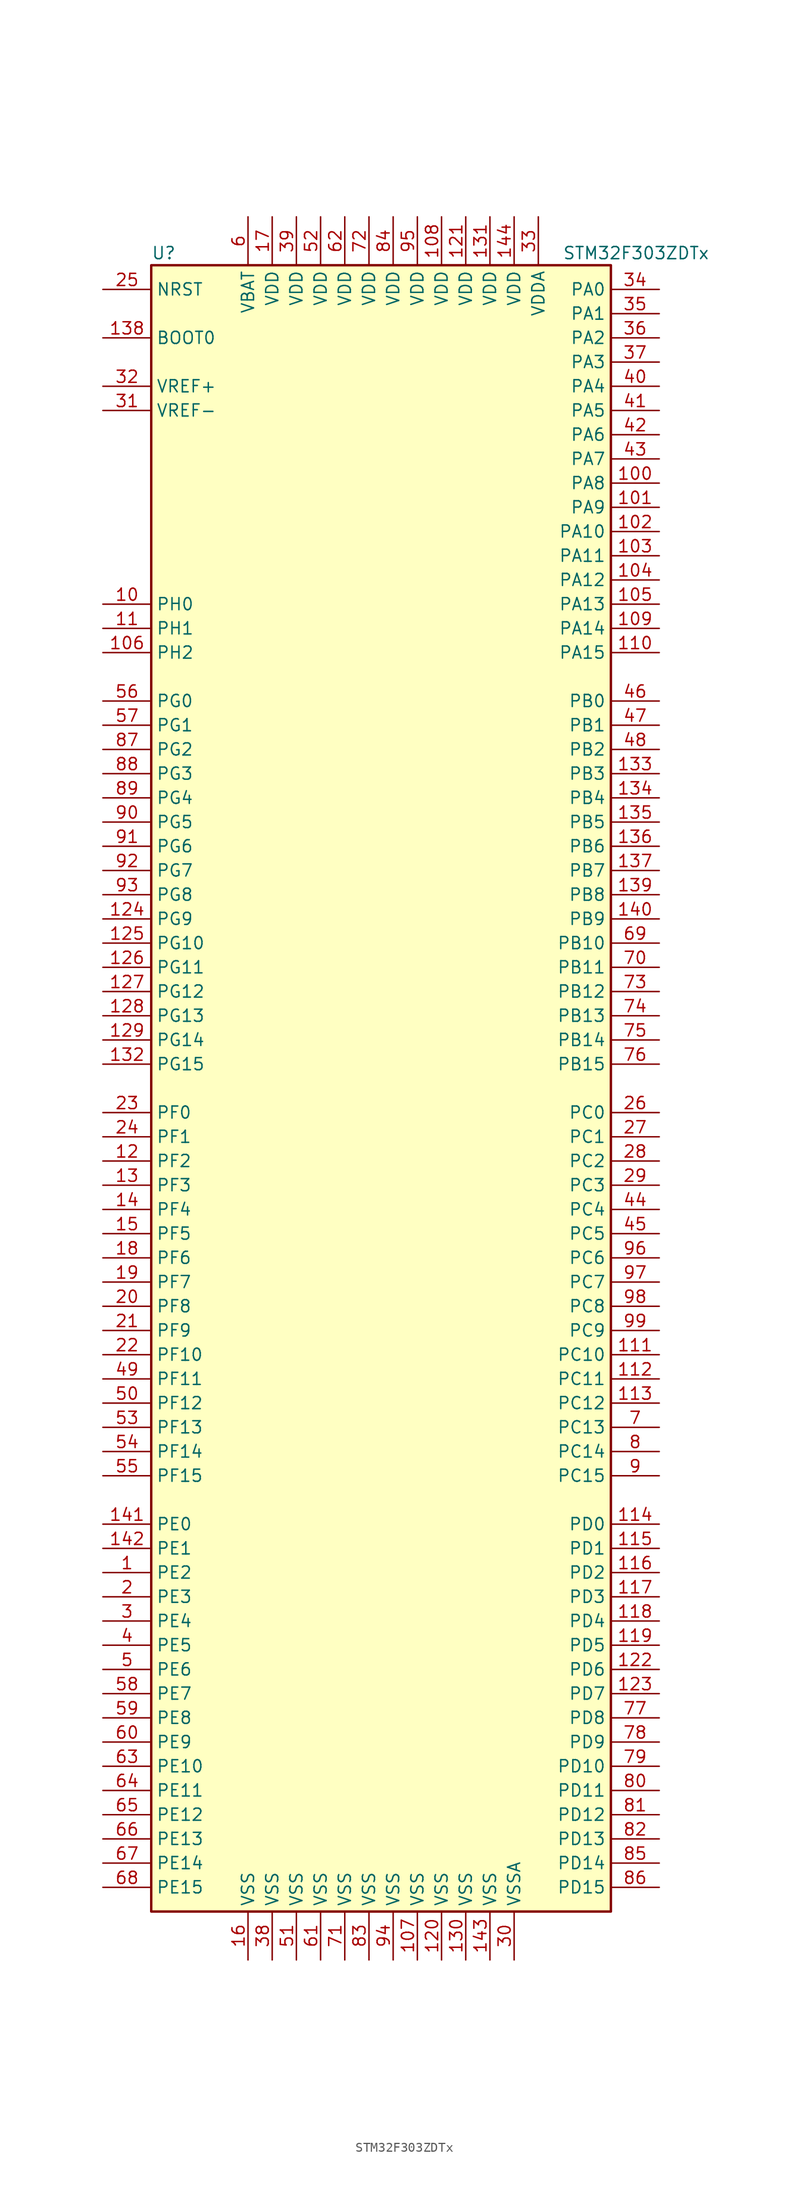
<source format=kicad_sym>
(kicad_symbol_lib
  (version 20201005)
  (generator kicad_symbol_editor)
  (symbol "MCU_ST_STM32F3:STM32F303ZDTx"
    (property "Reference" "U"
      (at -25.4 87.63 0)
      (effects (font (size 1.27 1.27)) (justify left)))
    (property "Value" "STM32F303ZDTx"
      (at 17.78 87.63 0)
      (effects (font (size 1.27 1.27)) (justify left)))
    (symbol "STM32F303ZDTx_0_1"
      (rectangle (start -25.4 -86.36) (end 22.86 86.36) (stroke (width 0.254)) (fill (type background))))
    (symbol "STM32F303ZDTx_1_1"
      (pin input line (at -30.48 78.74 0) (length 5.08) (name "BOOT0" (effects (font (size 1.27 1.27)))) (number "138" (effects (font (size 1.27 1.27)))))
      (pin input line (at -30.48 83.82 0) (length 5.08) (name "NRST" (effects (font (size 1.27 1.27)))) (number "25" (effects (font (size 1.27 1.27)))))
      (pin bidirectional line (at 27.94 83.82 180) (length 5.08) (name "PA0" (effects (font (size 1.27 1.27)))) (number "34" (effects (font (size 1.27 1.27)))))
      (pin bidirectional line (at 27.94 81.28 180) (length 5.08) (name "PA1" (effects (font (size 1.27 1.27)))) (number "35" (effects (font (size 1.27 1.27)))))
      (pin bidirectional line (at 27.94 58.42 180) (length 5.08) (name "PA10" (effects (font (size 1.27 1.27)))) (number "102" (effects (font (size 1.27 1.27)))))
      (pin bidirectional line (at 27.94 55.88 180) (length 5.08) (name "PA11" (effects (font (size 1.27 1.27)))) (number "103" (effects (font (size 1.27 1.27)))))
      (pin bidirectional line (at 27.94 53.34 180) (length 5.08) (name "PA12" (effects (font (size 1.27 1.27)))) (number "104" (effects (font (size 1.27 1.27)))))
      (pin bidirectional line (at 27.94 50.8 180) (length 5.08) (name "PA13" (effects (font (size 1.27 1.27)))) (number "105" (effects (font (size 1.27 1.27)))))
      (pin bidirectional line (at 27.94 48.26 180) (length 5.08) (name "PA14" (effects (font (size 1.27 1.27)))) (number "109" (effects (font (size 1.27 1.27)))))
      (pin bidirectional line (at 27.94 45.72 180) (length 5.08) (name "PA15" (effects (font (size 1.27 1.27)))) (number "110" (effects (font (size 1.27 1.27)))))
      (pin bidirectional line (at 27.94 78.74 180) (length 5.08) (name "PA2" (effects (font (size 1.27 1.27)))) (number "36" (effects (font (size 1.27 1.27)))))
      (pin bidirectional line (at 27.94 76.2 180) (length 5.08) (name "PA3" (effects (font (size 1.27 1.27)))) (number "37" (effects (font (size 1.27 1.27)))))
      (pin bidirectional line (at 27.94 73.66 180) (length 5.08) (name "PA4" (effects (font (size 1.27 1.27)))) (number "40" (effects (font (size 1.27 1.27)))))
      (pin bidirectional line (at 27.94 71.12 180) (length 5.08) (name "PA5" (effects (font (size 1.27 1.27)))) (number "41" (effects (font (size 1.27 1.27)))))
      (pin bidirectional line (at 27.94 68.58 180) (length 5.08) (name "PA6" (effects (font (size 1.27 1.27)))) (number "42" (effects (font (size 1.27 1.27)))))
      (pin bidirectional line (at 27.94 66.04 180) (length 5.08) (name "PA7" (effects (font (size 1.27 1.27)))) (number "43" (effects (font (size 1.27 1.27)))))
      (pin bidirectional line (at 27.94 63.5 180) (length 5.08) (name "PA8" (effects (font (size 1.27 1.27)))) (number "100" (effects (font (size 1.27 1.27)))))
      (pin bidirectional line (at 27.94 60.96 180) (length 5.08) (name "PA9" (effects (font (size 1.27 1.27)))) (number "101" (effects (font (size 1.27 1.27)))))
      (pin bidirectional line (at 27.94 40.64 180) (length 5.08) (name "PB0" (effects (font (size 1.27 1.27)))) (number "46" (effects (font (size 1.27 1.27)))))
      (pin bidirectional line (at 27.94 38.1 180) (length 5.08) (name "PB1" (effects (font (size 1.27 1.27)))) (number "47" (effects (font (size 1.27 1.27)))))
      (pin bidirectional line (at 27.94 15.24 180) (length 5.08) (name "PB10" (effects (font (size 1.27 1.27)))) (number "69" (effects (font (size 1.27 1.27)))))
      (pin bidirectional line (at 27.94 12.7 180) (length 5.08) (name "PB11" (effects (font (size 1.27 1.27)))) (number "70" (effects (font (size 1.27 1.27)))))
      (pin bidirectional line (at 27.94 10.16 180) (length 5.08) (name "PB12" (effects (font (size 1.27 1.27)))) (number "73" (effects (font (size 1.27 1.27)))))
      (pin bidirectional line (at 27.94 7.62 180) (length 5.08) (name "PB13" (effects (font (size 1.27 1.27)))) (number "74" (effects (font (size 1.27 1.27)))))
      (pin bidirectional line (at 27.94 5.08 180) (length 5.08) (name "PB14" (effects (font (size 1.27 1.27)))) (number "75" (effects (font (size 1.27 1.27)))))
      (pin bidirectional line (at 27.94 2.54 180) (length 5.08) (name "PB15" (effects (font (size 1.27 1.27)))) (number "76" (effects (font (size 1.27 1.27)))))
      (pin bidirectional line (at 27.94 35.56 180) (length 5.08) (name "PB2" (effects (font (size 1.27 1.27)))) (number "48" (effects (font (size 1.27 1.27)))))
      (pin bidirectional line (at 27.94 33.02 180) (length 5.08) (name "PB3" (effects (font (size 1.27 1.27)))) (number "133" (effects (font (size 1.27 1.27)))))
      (pin bidirectional line (at 27.94 30.48 180) (length 5.08) (name "PB4" (effects (font (size 1.27 1.27)))) (number "134" (effects (font (size 1.27 1.27)))))
      (pin bidirectional line (at 27.94 27.94 180) (length 5.08) (name "PB5" (effects (font (size 1.27 1.27)))) (number "135" (effects (font (size 1.27 1.27)))))
      (pin bidirectional line (at 27.94 25.4 180) (length 5.08) (name "PB6" (effects (font (size 1.27 1.27)))) (number "136" (effects (font (size 1.27 1.27)))))
      (pin bidirectional line (at 27.94 22.86 180) (length 5.08) (name "PB7" (effects (font (size 1.27 1.27)))) (number "137" (effects (font (size 1.27 1.27)))))
      (pin bidirectional line (at 27.94 20.32 180) (length 5.08) (name "PB8" (effects (font (size 1.27 1.27)))) (number "139" (effects (font (size 1.27 1.27)))))
      (pin bidirectional line (at 27.94 17.78 180) (length 5.08) (name "PB9" (effects (font (size 1.27 1.27)))) (number "140" (effects (font (size 1.27 1.27)))))
      (pin bidirectional line (at 27.94 -2.54 180) (length 5.08) (name "PC0" (effects (font (size 1.27 1.27)))) (number "26" (effects (font (size 1.27 1.27)))))
      (pin bidirectional line (at 27.94 -5.08 180) (length 5.08) (name "PC1" (effects (font (size 1.27 1.27)))) (number "27" (effects (font (size 1.27 1.27)))))
      (pin bidirectional line (at 27.94 -27.94 180) (length 5.08) (name "PC10" (effects (font (size 1.27 1.27)))) (number "111" (effects (font (size 1.27 1.27)))))
      (pin bidirectional line (at 27.94 -30.48 180) (length 5.08) (name "PC11" (effects (font (size 1.27 1.27)))) (number "112" (effects (font (size 1.27 1.27)))))
      (pin bidirectional line (at 27.94 -33.02 180) (length 5.08) (name "PC12" (effects (font (size 1.27 1.27)))) (number "113" (effects (font (size 1.27 1.27)))))
      (pin bidirectional line (at 27.94 -35.56 180) (length 5.08) (name "PC13" (effects (font (size 1.27 1.27)))) (number "7" (effects (font (size 1.27 1.27)))))
      (pin bidirectional line (at 27.94 -38.1 180) (length 5.08) (name "PC14" (effects (font (size 1.27 1.27)))) (number "8" (effects (font (size 1.27 1.27)))))
      (pin bidirectional line (at 27.94 -40.64 180) (length 5.08) (name "PC15" (effects (font (size 1.27 1.27)))) (number "9" (effects (font (size 1.27 1.27)))))
      (pin bidirectional line (at 27.94 -7.62 180) (length 5.08) (name "PC2" (effects (font (size 1.27 1.27)))) (number "28" (effects (font (size 1.27 1.27)))))
      (pin bidirectional line (at 27.94 -10.16 180) (length 5.08) (name "PC3" (effects (font (size 1.27 1.27)))) (number "29" (effects (font (size 1.27 1.27)))))
      (pin bidirectional line (at 27.94 -12.7 180) (length 5.08) (name "PC4" (effects (font (size 1.27 1.27)))) (number "44" (effects (font (size 1.27 1.27)))))
      (pin bidirectional line (at 27.94 -15.24 180) (length 5.08) (name "PC5" (effects (font (size 1.27 1.27)))) (number "45" (effects (font (size 1.27 1.27)))))
      (pin bidirectional line (at 27.94 -17.78 180) (length 5.08) (name "PC6" (effects (font (size 1.27 1.27)))) (number "96" (effects (font (size 1.27 1.27)))))
      (pin bidirectional line (at 27.94 -20.32 180) (length 5.08) (name "PC7" (effects (font (size 1.27 1.27)))) (number "97" (effects (font (size 1.27 1.27)))))
      (pin bidirectional line (at 27.94 -22.86 180) (length 5.08) (name "PC8" (effects (font (size 1.27 1.27)))) (number "98" (effects (font (size 1.27 1.27)))))
      (pin bidirectional line (at 27.94 -25.4 180) (length 5.08) (name "PC9" (effects (font (size 1.27 1.27)))) (number "99" (effects (font (size 1.27 1.27)))))
      (pin bidirectional line (at 27.94 -45.72 180) (length 5.08) (name "PD0" (effects (font (size 1.27 1.27)))) (number "114" (effects (font (size 1.27 1.27)))))
      (pin bidirectional line (at 27.94 -48.26 180) (length 5.08) (name "PD1" (effects (font (size 1.27 1.27)))) (number "115" (effects (font (size 1.27 1.27)))))
      (pin bidirectional line (at 27.94 -71.12 180) (length 5.08) (name "PD10" (effects (font (size 1.27 1.27)))) (number "79" (effects (font (size 1.27 1.27)))))
      (pin bidirectional line (at 27.94 -73.66 180) (length 5.08) (name "PD11" (effects (font (size 1.27 1.27)))) (number "80" (effects (font (size 1.27 1.27)))))
      (pin bidirectional line (at 27.94 -76.2 180) (length 5.08) (name "PD12" (effects (font (size 1.27 1.27)))) (number "81" (effects (font (size 1.27 1.27)))))
      (pin bidirectional line (at 27.94 -78.74 180) (length 5.08) (name "PD13" (effects (font (size 1.27 1.27)))) (number "82" (effects (font (size 1.27 1.27)))))
      (pin bidirectional line (at 27.94 -81.28 180) (length 5.08) (name "PD14" (effects (font (size 1.27 1.27)))) (number "85" (effects (font (size 1.27 1.27)))))
      (pin bidirectional line (at 27.94 -83.82 180) (length 5.08) (name "PD15" (effects (font (size 1.27 1.27)))) (number "86" (effects (font (size 1.27 1.27)))))
      (pin bidirectional line (at 27.94 -50.8 180) (length 5.08) (name "PD2" (effects (font (size 1.27 1.27)))) (number "116" (effects (font (size 1.27 1.27)))))
      (pin bidirectional line (at 27.94 -53.34 180) (length 5.08) (name "PD3" (effects (font (size 1.27 1.27)))) (number "117" (effects (font (size 1.27 1.27)))))
      (pin bidirectional line (at 27.94 -55.88 180) (length 5.08) (name "PD4" (effects (font (size 1.27 1.27)))) (number "118" (effects (font (size 1.27 1.27)))))
      (pin bidirectional line (at 27.94 -58.42 180) (length 5.08) (name "PD5" (effects (font (size 1.27 1.27)))) (number "119" (effects (font (size 1.27 1.27)))))
      (pin bidirectional line (at 27.94 -60.96 180) (length 5.08) (name "PD6" (effects (font (size 1.27 1.27)))) (number "122" (effects (font (size 1.27 1.27)))))
      (pin bidirectional line (at 27.94 -63.5 180) (length 5.08) (name "PD7" (effects (font (size 1.27 1.27)))) (number "123" (effects (font (size 1.27 1.27)))))
      (pin bidirectional line (at 27.94 -66.04 180) (length 5.08) (name "PD8" (effects (font (size 1.27 1.27)))) (number "77" (effects (font (size 1.27 1.27)))))
      (pin bidirectional line (at 27.94 -68.58 180) (length 5.08) (name "PD9" (effects (font (size 1.27 1.27)))) (number "78" (effects (font (size 1.27 1.27)))))
      (pin bidirectional line (at -30.48 -45.72 0) (length 5.08) (name "PE0" (effects (font (size 1.27 1.27)))) (number "141" (effects (font (size 1.27 1.27)))))
      (pin bidirectional line (at -30.48 -48.26 0) (length 5.08) (name "PE1" (effects (font (size 1.27 1.27)))) (number "142" (effects (font (size 1.27 1.27)))))
      (pin bidirectional line (at -30.48 -71.12 0) (length 5.08) (name "PE10" (effects (font (size 1.27 1.27)))) (number "63" (effects (font (size 1.27 1.27)))))
      (pin bidirectional line (at -30.48 -73.66 0) (length 5.08) (name "PE11" (effects (font (size 1.27 1.27)))) (number "64" (effects (font (size 1.27 1.27)))))
      (pin bidirectional line (at -30.48 -76.2 0) (length 5.08) (name "PE12" (effects (font (size 1.27 1.27)))) (number "65" (effects (font (size 1.27 1.27)))))
      (pin bidirectional line (at -30.48 -78.74 0) (length 5.08) (name "PE13" (effects (font (size 1.27 1.27)))) (number "66" (effects (font (size 1.27 1.27)))))
      (pin bidirectional line (at -30.48 -81.28 0) (length 5.08) (name "PE14" (effects (font (size 1.27 1.27)))) (number "67" (effects (font (size 1.27 1.27)))))
      (pin bidirectional line (at -30.48 -83.82 0) (length 5.08) (name "PE15" (effects (font (size 1.27 1.27)))) (number "68" (effects (font (size 1.27 1.27)))))
      (pin bidirectional line (at -30.48 -50.8 0) (length 5.08) (name "PE2" (effects (font (size 1.27 1.27)))) (number "1" (effects (font (size 1.27 1.27)))))
      (pin bidirectional line (at -30.48 -53.34 0) (length 5.08) (name "PE3" (effects (font (size 1.27 1.27)))) (number "2" (effects (font (size 1.27 1.27)))))
      (pin bidirectional line (at -30.48 -55.88 0) (length 5.08) (name "PE4" (effects (font (size 1.27 1.27)))) (number "3" (effects (font (size 1.27 1.27)))))
      (pin bidirectional line (at -30.48 -58.42 0) (length 5.08) (name "PE5" (effects (font (size 1.27 1.27)))) (number "4" (effects (font (size 1.27 1.27)))))
      (pin bidirectional line (at -30.48 -60.96 0) (length 5.08) (name "PE6" (effects (font (size 1.27 1.27)))) (number "5" (effects (font (size 1.27 1.27)))))
      (pin bidirectional line (at -30.48 -63.5 0) (length 5.08) (name "PE7" (effects (font (size 1.27 1.27)))) (number "58" (effects (font (size 1.27 1.27)))))
      (pin bidirectional line (at -30.48 -66.04 0) (length 5.08) (name "PE8" (effects (font (size 1.27 1.27)))) (number "59" (effects (font (size 1.27 1.27)))))
      (pin bidirectional line (at -30.48 -68.58 0) (length 5.08) (name "PE9" (effects (font (size 1.27 1.27)))) (number "60" (effects (font (size 1.27 1.27)))))
      (pin input line (at -30.48 -2.54 0) (length 5.08) (name "PF0" (effects (font (size 1.27 1.27)))) (number "23" (effects (font (size 1.27 1.27)))))
      (pin input line (at -30.48 -5.08 0) (length 5.08) (name "PF1" (effects (font (size 1.27 1.27)))) (number "24" (effects (font (size 1.27 1.27)))))
      (pin bidirectional line (at -30.48 -27.94 0) (length 5.08) (name "PF10" (effects (font (size 1.27 1.27)))) (number "22" (effects (font (size 1.27 1.27)))))
      (pin bidirectional line (at -30.48 -30.48 0) (length 5.08) (name "PF11" (effects (font (size 1.27 1.27)))) (number "49" (effects (font (size 1.27 1.27)))))
      (pin bidirectional line (at -30.48 -33.02 0) (length 5.08) (name "PF12" (effects (font (size 1.27 1.27)))) (number "50" (effects (font (size 1.27 1.27)))))
      (pin bidirectional line (at -30.48 -35.56 0) (length 5.08) (name "PF13" (effects (font (size 1.27 1.27)))) (number "53" (effects (font (size 1.27 1.27)))))
      (pin bidirectional line (at -30.48 -38.1 0) (length 5.08) (name "PF14" (effects (font (size 1.27 1.27)))) (number "54" (effects (font (size 1.27 1.27)))))
      (pin bidirectional line (at -30.48 -40.64 0) (length 5.08) (name "PF15" (effects (font (size 1.27 1.27)))) (number "55" (effects (font (size 1.27 1.27)))))
      (pin bidirectional line (at -30.48 -7.62 0) (length 5.08) (name "PF2" (effects (font (size 1.27 1.27)))) (number "12" (effects (font (size 1.27 1.27)))))
      (pin bidirectional line (at -30.48 -10.16 0) (length 5.08) (name "PF3" (effects (font (size 1.27 1.27)))) (number "13" (effects (font (size 1.27 1.27)))))
      (pin bidirectional line (at -30.48 -12.7 0) (length 5.08) (name "PF4" (effects (font (size 1.27 1.27)))) (number "14" (effects (font (size 1.27 1.27)))))
      (pin bidirectional line (at -30.48 -15.24 0) (length 5.08) (name "PF5" (effects (font (size 1.27 1.27)))) (number "15" (effects (font (size 1.27 1.27)))))
      (pin bidirectional line (at -30.48 -17.78 0) (length 5.08) (name "PF6" (effects (font (size 1.27 1.27)))) (number "18" (effects (font (size 1.27 1.27)))))
      (pin bidirectional line (at -30.48 -20.32 0) (length 5.08) (name "PF7" (effects (font (size 1.27 1.27)))) (number "19" (effects (font (size 1.27 1.27)))))
      (pin bidirectional line (at -30.48 -22.86 0) (length 5.08) (name "PF8" (effects (font (size 1.27 1.27)))) (number "20" (effects (font (size 1.27 1.27)))))
      (pin bidirectional line (at -30.48 -25.4 0) (length 5.08) (name "PF9" (effects (font (size 1.27 1.27)))) (number "21" (effects (font (size 1.27 1.27)))))
      (pin bidirectional line (at -30.48 40.64 0) (length 5.08) (name "PG0" (effects (font (size 1.27 1.27)))) (number "56" (effects (font (size 1.27 1.27)))))
      (pin bidirectional line (at -30.48 38.1 0) (length 5.08) (name "PG1" (effects (font (size 1.27 1.27)))) (number "57" (effects (font (size 1.27 1.27)))))
      (pin bidirectional line (at -30.48 15.24 0) (length 5.08) (name "PG10" (effects (font (size 1.27 1.27)))) (number "125" (effects (font (size 1.27 1.27)))))
      (pin bidirectional line (at -30.48 12.7 0) (length 5.08) (name "PG11" (effects (font (size 1.27 1.27)))) (number "126" (effects (font (size 1.27 1.27)))))
      (pin bidirectional line (at -30.48 10.16 0) (length 5.08) (name "PG12" (effects (font (size 1.27 1.27)))) (number "127" (effects (font (size 1.27 1.27)))))
      (pin bidirectional line (at -30.48 7.62 0) (length 5.08) (name "PG13" (effects (font (size 1.27 1.27)))) (number "128" (effects (font (size 1.27 1.27)))))
      (pin bidirectional line (at -30.48 5.08 0) (length 5.08) (name "PG14" (effects (font (size 1.27 1.27)))) (number "129" (effects (font (size 1.27 1.27)))))
      (pin bidirectional line (at -30.48 2.54 0) (length 5.08) (name "PG15" (effects (font (size 1.27 1.27)))) (number "132" (effects (font (size 1.27 1.27)))))
      (pin bidirectional line (at -30.48 35.56 0) (length 5.08) (name "PG2" (effects (font (size 1.27 1.27)))) (number "87" (effects (font (size 1.27 1.27)))))
      (pin bidirectional line (at -30.48 33.02 0) (length 5.08) (name "PG3" (effects (font (size 1.27 1.27)))) (number "88" (effects (font (size 1.27 1.27)))))
      (pin bidirectional line (at -30.48 30.48 0) (length 5.08) (name "PG4" (effects (font (size 1.27 1.27)))) (number "89" (effects (font (size 1.27 1.27)))))
      (pin bidirectional line (at -30.48 27.94 0) (length 5.08) (name "PG5" (effects (font (size 1.27 1.27)))) (number "90" (effects (font (size 1.27 1.27)))))
      (pin bidirectional line (at -30.48 25.4 0) (length 5.08) (name "PG6" (effects (font (size 1.27 1.27)))) (number "91" (effects (font (size 1.27 1.27)))))
      (pin bidirectional line (at -30.48 22.86 0) (length 5.08) (name "PG7" (effects (font (size 1.27 1.27)))) (number "92" (effects (font (size 1.27 1.27)))))
      (pin bidirectional line (at -30.48 20.32 0) (length 5.08) (name "PG8" (effects (font (size 1.27 1.27)))) (number "93" (effects (font (size 1.27 1.27)))))
      (pin bidirectional line (at -30.48 17.78 0) (length 5.08) (name "PG9" (effects (font (size 1.27 1.27)))) (number "124" (effects (font (size 1.27 1.27)))))
      (pin bidirectional line (at -30.48 50.8 0) (length 5.08) (name "PH0" (effects (font (size 1.27 1.27)))) (number "10" (effects (font (size 1.27 1.27)))))
      (pin bidirectional line (at -30.48 48.26 0) (length 5.08) (name "PH1" (effects (font (size 1.27 1.27)))) (number "11" (effects (font (size 1.27 1.27)))))
      (pin bidirectional line (at -30.48 45.72 0) (length 5.08) (name "PH2" (effects (font (size 1.27 1.27)))) (number "106" (effects (font (size 1.27 1.27)))))
      (pin power_in line (at -15.24 91.44 270) (length 5.08) (name "VBAT" (effects (font (size 1.27 1.27)))) (number "6" (effects (font (size 1.27 1.27)))))
      (pin power_in line (at 5.08 91.44 270) (length 5.08) (name "VDD" (effects (font (size 1.27 1.27)))) (number "108" (effects (font (size 1.27 1.27)))))
      (pin power_in line (at 7.62 91.44 270) (length 5.08) (name "VDD" (effects (font (size 1.27 1.27)))) (number "121" (effects (font (size 1.27 1.27)))))
      (pin power_in line (at 10.16 91.44 270) (length 5.08) (name "VDD" (effects (font (size 1.27 1.27)))) (number "131" (effects (font (size 1.27 1.27)))))
      (pin power_in line (at 12.7 91.44 270) (length 5.08) (name "VDD" (effects (font (size 1.27 1.27)))) (number "144" (effects (font (size 1.27 1.27)))))
      (pin power_in line (at -12.7 91.44 270) (length 5.08) (name "VDD" (effects (font (size 1.27 1.27)))) (number "17" (effects (font (size 1.27 1.27)))))
      (pin power_in line (at -10.16 91.44 270) (length 5.08) (name "VDD" (effects (font (size 1.27 1.27)))) (number "39" (effects (font (size 1.27 1.27)))))
      (pin power_in line (at -7.62 91.44 270) (length 5.08) (name "VDD" (effects (font (size 1.27 1.27)))) (number "52" (effects (font (size 1.27 1.27)))))
      (pin power_in line (at -5.08 91.44 270) (length 5.08) (name "VDD" (effects (font (size 1.27 1.27)))) (number "62" (effects (font (size 1.27 1.27)))))
      (pin power_in line (at -2.54 91.44 270) (length 5.08) (name "VDD" (effects (font (size 1.27 1.27)))) (number "72" (effects (font (size 1.27 1.27)))))
      (pin power_in line (at 0 91.44 270) (length 5.08) (name "VDD" (effects (font (size 1.27 1.27)))) (number "84" (effects (font (size 1.27 1.27)))))
      (pin power_in line (at 2.54 91.44 270) (length 5.08) (name "VDD" (effects (font (size 1.27 1.27)))) (number "95" (effects (font (size 1.27 1.27)))))
      (pin power_in line (at 15.24 91.44 270) (length 5.08) (name "VDDA" (effects (font (size 1.27 1.27)))) (number "33" (effects (font (size 1.27 1.27)))))
      (pin power_in line (at -30.48 73.66 0) (length 5.08) (name "VREF+" (effects (font (size 1.27 1.27)))) (number "32" (effects (font (size 1.27 1.27)))))
      (pin power_in line (at -30.48 71.12 0) (length 5.08) (name "VREF-" (effects (font (size 1.27 1.27)))) (number "31" (effects (font (size 1.27 1.27)))))
      (pin power_in line (at 2.54 -91.44 90) (length 5.08) (name "VSS" (effects (font (size 1.27 1.27)))) (number "107" (effects (font (size 1.27 1.27)))))
      (pin power_in line (at 5.08 -91.44 90) (length 5.08) (name "VSS" (effects (font (size 1.27 1.27)))) (number "120" (effects (font (size 1.27 1.27)))))
      (pin power_in line (at 7.62 -91.44 90) (length 5.08) (name "VSS" (effects (font (size 1.27 1.27)))) (number "130" (effects (font (size 1.27 1.27)))))
      (pin power_in line (at 10.16 -91.44 90) (length 5.08) (name "VSS" (effects (font (size 1.27 1.27)))) (number "143" (effects (font (size 1.27 1.27)))))
      (pin power_in line (at -15.24 -91.44 90) (length 5.08) (name "VSS" (effects (font (size 1.27 1.27)))) (number "16" (effects (font (size 1.27 1.27)))))
      (pin power_in line (at -12.7 -91.44 90) (length 5.08) (name "VSS" (effects (font (size 1.27 1.27)))) (number "38" (effects (font (size 1.27 1.27)))))
      (pin power_in line (at -10.16 -91.44 90) (length 5.08) (name "VSS" (effects (font (size 1.27 1.27)))) (number "51" (effects (font (size 1.27 1.27)))))
      (pin power_in line (at -7.62 -91.44 90) (length 5.08) (name "VSS" (effects (font (size 1.27 1.27)))) (number "61" (effects (font (size 1.27 1.27)))))
      (pin power_in line (at -5.08 -91.44 90) (length 5.08) (name "VSS" (effects (font (size 1.27 1.27)))) (number "71" (effects (font (size 1.27 1.27)))))
      (pin power_in line (at -2.54 -91.44 90) (length 5.08) (name "VSS" (effects (font (size 1.27 1.27)))) (number "83" (effects (font (size 1.27 1.27)))))
      (pin power_in line (at 0 -91.44 90) (length 5.08) (name "VSS" (effects (font (size 1.27 1.27)))) (number "94" (effects (font (size 1.27 1.27)))))
      (pin power_in line (at 12.7 -91.44 90) (length 5.08) (name "VSSA" (effects (font (size 1.27 1.27)))) (number "30" (effects (font (size 1.27 1.27))))))))
</source>
